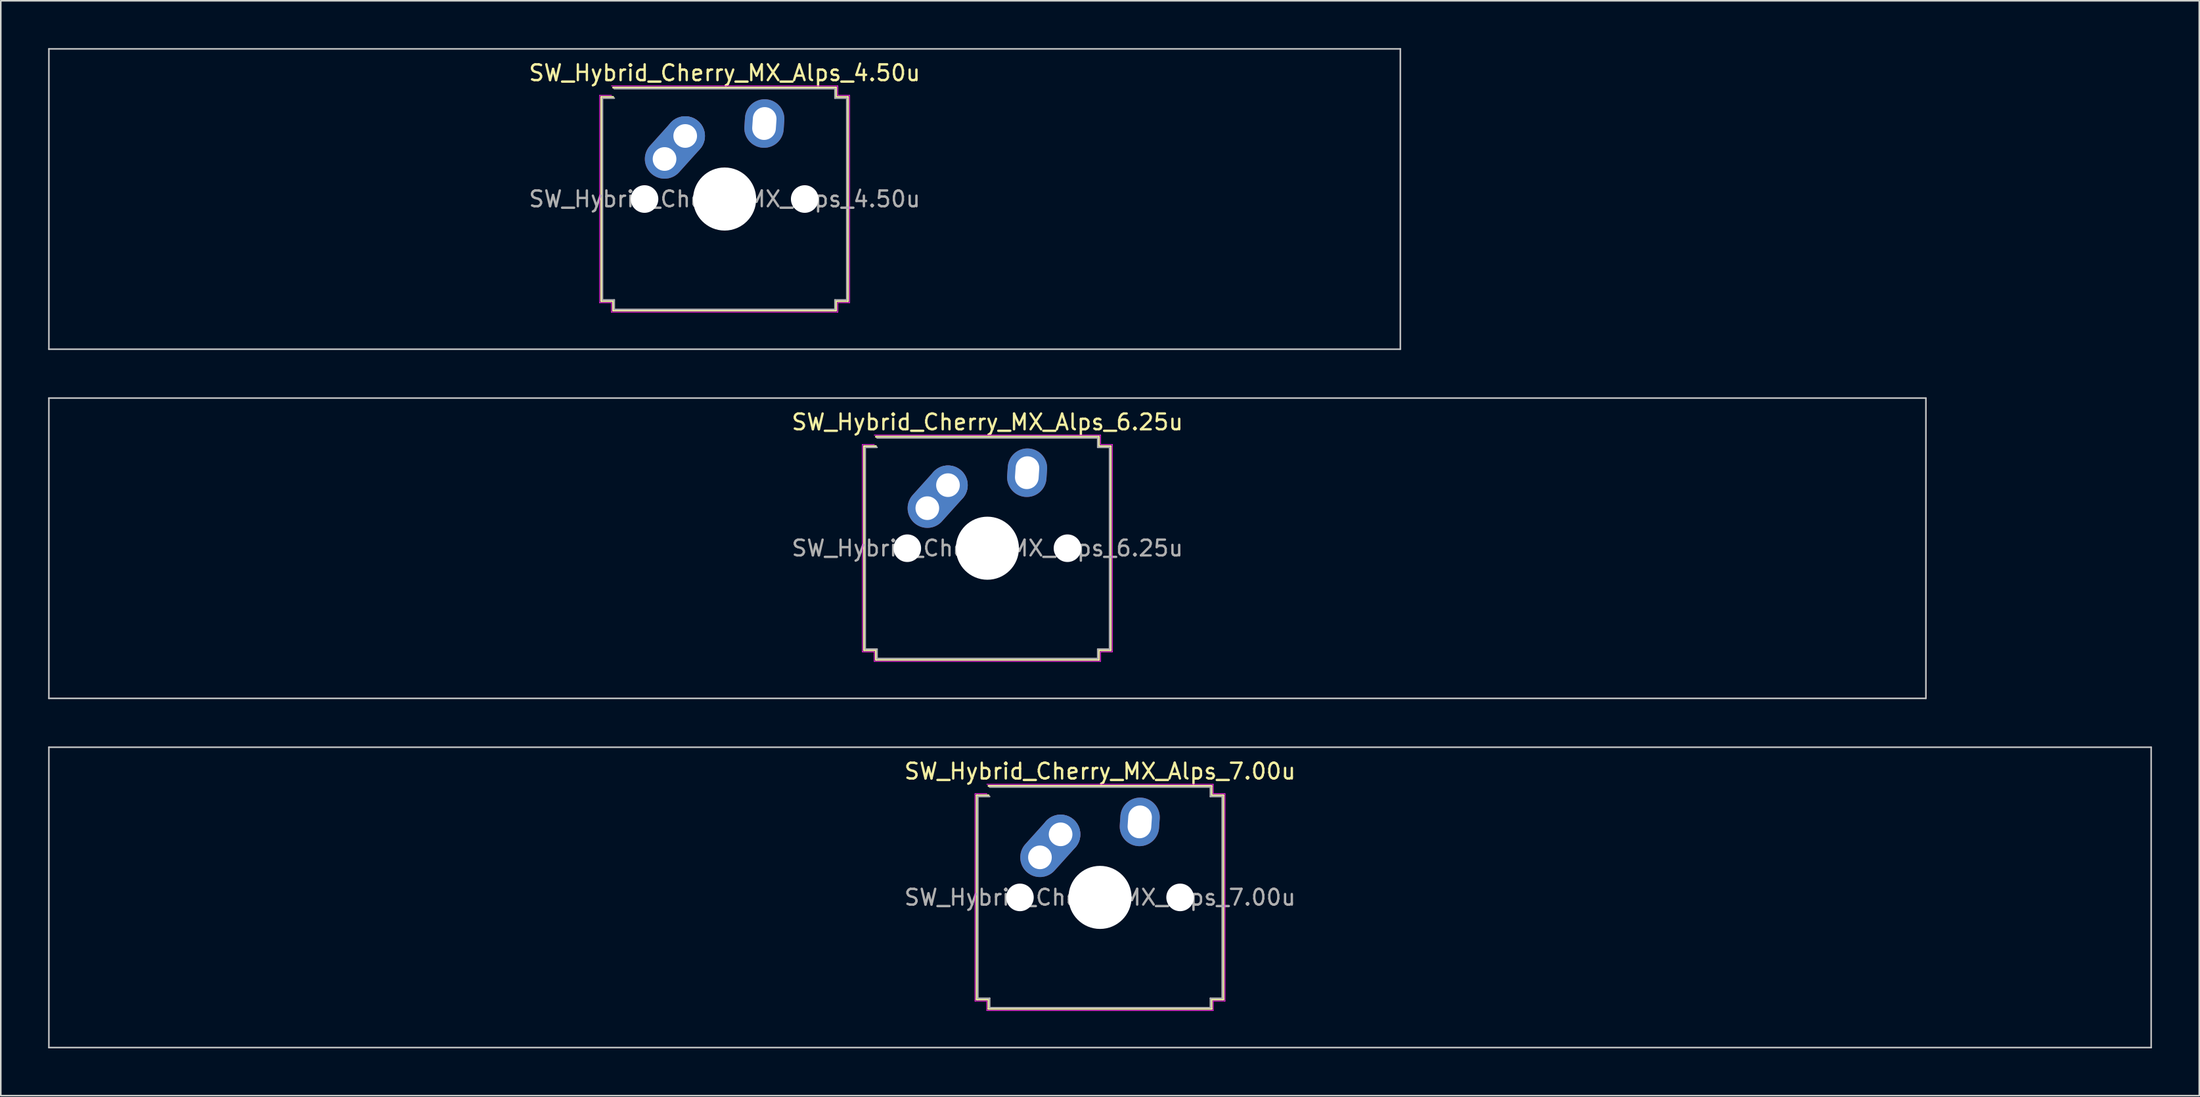
<source format=kicad_pcb>
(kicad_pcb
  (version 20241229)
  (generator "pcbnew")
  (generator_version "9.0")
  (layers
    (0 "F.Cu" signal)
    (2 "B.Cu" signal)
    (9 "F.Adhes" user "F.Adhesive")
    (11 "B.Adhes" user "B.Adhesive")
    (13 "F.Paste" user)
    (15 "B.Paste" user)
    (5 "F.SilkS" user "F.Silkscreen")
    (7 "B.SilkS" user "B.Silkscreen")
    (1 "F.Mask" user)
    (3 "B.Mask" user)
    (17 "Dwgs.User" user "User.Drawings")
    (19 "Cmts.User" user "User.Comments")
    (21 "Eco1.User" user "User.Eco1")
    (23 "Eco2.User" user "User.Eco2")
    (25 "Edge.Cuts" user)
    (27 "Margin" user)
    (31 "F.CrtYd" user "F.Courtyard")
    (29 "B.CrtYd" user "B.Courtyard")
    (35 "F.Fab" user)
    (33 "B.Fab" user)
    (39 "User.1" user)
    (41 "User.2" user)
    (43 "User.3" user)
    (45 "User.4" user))
  (footprint "SW_Hybrid_Cherry_MX_Alps_7.00u"
    (layer "F.Cu")
    (at 66.725 53.875)
    (property "Reference" "SW_Hybrid_Cherry_MX_Alps_7.00u" (at 0 -8 0) (layer "F.SilkS") (effects (font (size 1 1) (thickness 0.15))))
    (attr through_hole)
    (fp_line (start -7.821 -6.471) (end -7.071 -6.471) (stroke (width 0.12) (type solid)) (layer "F.SilkS"))
    (fp_line (start -7.821 6.471) (end -7.821 -6.471) (stroke (width 0.12) (type solid)) (layer "F.SilkS"))
    (fp_line (start -7.071 -7.071) (end 7.071 -7.071) (stroke (width 0.12) (type solid)) (layer "F.SilkS"))
    (fp_line (start -7.071 6.471) (end -7.821 6.471) (stroke (width 0.12) (type solid)) (layer "F.SilkS"))
    (fp_line (start -7.071 7.071) (end -7.071 6.471) (stroke (width 0.12) (type solid)) (layer "F.SilkS"))
    (fp_line (start 7.071 -7.071) (end 7.071 -6.471) (stroke (width 0.12) (type solid)) (layer "F.SilkS"))
    (fp_line (start 7.071 -6.471) (end 7.821 -6.471) (stroke (width 0.12) (type solid)) (layer "F.SilkS"))
    (fp_line (start 7.071 6.471) (end 7.071 7.071) (stroke (width 0.12) (type solid)) (layer "F.SilkS"))
    (fp_line (start 7.071 7.071) (end -7.071 7.071) (stroke (width 0.12) (type solid)) (layer "F.SilkS"))
    (fp_line (start 7.821 -6.471) (end 7.821 6.471) (stroke (width 0.12) (type solid)) (layer "F.SilkS"))
    (fp_line (start 7.821 6.471) (end 7.071 6.471) (stroke (width 0.12) (type solid)) (layer "F.SilkS"))
    (fp_line (start -66.675 -9.525) (end -66.675 9.525) (stroke (width 0.1) (type solid)) (layer "Dwgs.User"))
    (fp_line (start -66.675 9.525) (end 66.675 9.525) (stroke (width 0.1) (type solid)) (layer "Dwgs.User"))
    (fp_line (start 66.675 -9.525) (end -66.675 -9.525) (stroke (width 0.1) (type solid)) (layer "Dwgs.User"))
    (fp_line (start 66.675 9.525) (end 66.675 -9.525) (stroke (width 0.1) (type solid)) (layer "Dwgs.User"))
    (fp_line (start -7.927 -6.577) (end -7.177 -6.577) (stroke (width 0.05) (type solid)) (layer "F.CrtYd"))
    (fp_line (start -7.927 6.577) (end -7.927 -6.577) (stroke (width 0.05) (type solid)) (layer "F.CrtYd"))
    (fp_line (start -7.177 -7.177) (end 7.177 -7.177) (stroke (width 0.05) (type solid)) (layer "F.CrtYd"))
    (fp_line (start -7.177 6.577) (end -7.927 6.577) (stroke (width 0.05) (type solid)) (layer "F.CrtYd"))
    (fp_line (start -7.177 7.177) (end -7.177 6.577) (stroke (width 0.05) (type solid)) (layer "F.CrtYd"))
    (fp_line (start 7.177 -7.177) (end 7.177 -6.577) (stroke (width 0.05) (type solid)) (layer "F.CrtYd"))
    (fp_line (start 7.177 -6.577) (end 7.927 -6.577) (stroke (width 0.05) (type solid)) (layer "F.CrtYd"))
    (fp_line (start 7.177 6.577) (end 7.177 7.177) (stroke (width 0.05) (type solid)) (layer "F.CrtYd"))
    (fp_line (start 7.177 7.177) (end -7.177 7.177) (stroke (width 0.05) (type solid)) (layer "F.CrtYd"))
    (fp_line (start 7.927 -6.577) (end 7.927 6.577) (stroke (width 0.05) (type solid)) (layer "F.CrtYd"))
    (fp_line (start 7.927 6.577) (end 7.177 6.577) (stroke (width 0.05) (type solid)) (layer "F.CrtYd"))
    (fp_line (start -7.75 -6.4) (end -7 -6.4) (stroke (width 0.1) (type solid)) (layer "F.Fab"))
    (fp_line (start -7.75 6.4) (end -7.75 -6.4) (stroke (width 0.1) (type solid)) (layer "F.Fab"))
    (fp_line (start -7 -7) (end 7 -7) (stroke (width 0.1) (type solid)) (layer "F.Fab"))
    (fp_line (start -7 6.4) (end -7.75 6.4) (stroke (width 0.1) (type solid)) (layer "F.Fab"))
    (fp_line (start -7 7) (end -7 6.4) (stroke (width 0.1) (type solid)) (layer "F.Fab"))
    (fp_line (start 7 -7) (end 7 -6.4) (stroke (width 0.1) (type solid)) (layer "F.Fab"))
    (fp_line (start 7 -6.4) (end 7.75 -6.4) (stroke (width 0.1) (type solid)) (layer "F.Fab"))
    (fp_line (start 7 6.4) (end 7 7) (stroke (width 0.1) (type solid)) (layer "F.Fab"))
    (fp_line (start 7 7) (end -7 7) (stroke (width 0.1) (type solid)) (layer "F.Fab"))
    (fp_line (start 7.75 -6.4) (end 7.75 6.4) (stroke (width 0.1) (type solid)) (layer "F.Fab"))
    (fp_line (start 7.75 6.4) (end 7 6.4) (stroke (width 0.1) (type solid)) (layer "F.Fab"))
    (fp_text user "${REFERENCE}" (at 0 0 0) (layer "F.Fab") (effects (font (size 1 1) (thickness 0.15))))
    (pad "" np_thru_hole circle (at -5.08 0) (size 1.75 1.75) (drill 1.75) (layers "*.Cu" "*.Mask"))
    (pad "" smd circle (at -3.81 -2.54 48) (size 1.55 1.55) (layers "F.Mask"))
    (pad "" smd circle (at -2.5 -4) (size 1.55 1.55) (layers "F.Mask"))
    (pad "" np_thru_hole circle (at 0 0) (size 4 4) (drill 4) (layers "*.Cu" "*.Mask"))
    (pad "" smd oval (at 2.52 -4.79 86) (size 2.131 1.55) (layers "F.Mask"))
    (pad "" np_thru_hole circle (at 5.08 0) (size 1.75 1.75) (drill 1.75) (layers "*.Cu" "*.Mask"))
    (pad "1" thru_hole oval (at -3.81 -2.54 48) (size 4.462 2.5) (drill 1.5 (offset 0.981 0)) (layers "*.Cu" "B.Mask"))
    (pad "1" thru_hole circle (at -2.5 -4) (size 2.5 2.5) (drill 1.5) (layers "*.Cu" "B.Mask"))
    (pad "2" thru_hole oval (at 2.52 -4.79 86) (size 3.081 2.5) (drill oval 2.081 1.5) (layers "*.Cu" "B.Mask")))
  (footprint "SW_Hybrid_Cherry_MX_Alps_6.25u"
    (layer "F.Cu")
    (at 59.581 31.725)
    (property "Reference" "SW_Hybrid_Cherry_MX_Alps_6.25u" (at 0 -8 0) (layer "F.SilkS") (effects (font (size 1 1) (thickness 0.15))))
    (attr through_hole)
    (fp_line (start -7.821 -6.471) (end -7.071 -6.471) (stroke (width 0.12) (type solid)) (layer "F.SilkS"))
    (fp_line (start -7.821 6.471) (end -7.821 -6.471) (stroke (width 0.12) (type solid)) (layer "F.SilkS"))
    (fp_line (start -7.071 -7.071) (end 7.071 -7.071) (stroke (width 0.12) (type solid)) (layer "F.SilkS"))
    (fp_line (start -7.071 6.471) (end -7.821 6.471) (stroke (width 0.12) (type solid)) (layer "F.SilkS"))
    (fp_line (start -7.071 7.071) (end -7.071 6.471) (stroke (width 0.12) (type solid)) (layer "F.SilkS"))
    (fp_line (start 7.071 -7.071) (end 7.071 -6.471) (stroke (width 0.12) (type solid)) (layer "F.SilkS"))
    (fp_line (start 7.071 -6.471) (end 7.821 -6.471) (stroke (width 0.12) (type solid)) (layer "F.SilkS"))
    (fp_line (start 7.071 6.471) (end 7.071 7.071) (stroke (width 0.12) (type solid)) (layer "F.SilkS"))
    (fp_line (start 7.071 7.071) (end -7.071 7.071) (stroke (width 0.12) (type solid)) (layer "F.SilkS"))
    (fp_line (start 7.821 -6.471) (end 7.821 6.471) (stroke (width 0.12) (type solid)) (layer "F.SilkS"))
    (fp_line (start 7.821 6.471) (end 7.071 6.471) (stroke (width 0.12) (type solid)) (layer "F.SilkS"))
    (fp_line (start -59.531 -9.525) (end -59.531 9.525) (stroke (width 0.1) (type solid)) (layer "Dwgs.User"))
    (fp_line (start -59.531 9.525) (end 59.531 9.525) (stroke (width 0.1) (type solid)) (layer "Dwgs.User"))
    (fp_line (start 59.531 -9.525) (end -59.531 -9.525) (stroke (width 0.1) (type solid)) (layer "Dwgs.User"))
    (fp_line (start 59.531 9.525) (end 59.531 -9.525) (stroke (width 0.1) (type solid)) (layer "Dwgs.User"))
    (fp_line (start -7.927 -6.577) (end -7.177 -6.577) (stroke (width 0.05) (type solid)) (layer "F.CrtYd"))
    (fp_line (start -7.927 6.577) (end -7.927 -6.577) (stroke (width 0.05) (type solid)) (layer "F.CrtYd"))
    (fp_line (start -7.177 -7.177) (end 7.177 -7.177) (stroke (width 0.05) (type solid)) (layer "F.CrtYd"))
    (fp_line (start -7.177 6.577) (end -7.927 6.577) (stroke (width 0.05) (type solid)) (layer "F.CrtYd"))
    (fp_line (start -7.177 7.177) (end -7.177 6.577) (stroke (width 0.05) (type solid)) (layer "F.CrtYd"))
    (fp_line (start 7.177 -7.177) (end 7.177 -6.577) (stroke (width 0.05) (type solid)) (layer "F.CrtYd"))
    (fp_line (start 7.177 -6.577) (end 7.927 -6.577) (stroke (width 0.05) (type solid)) (layer "F.CrtYd"))
    (fp_line (start 7.177 6.577) (end 7.177 7.177) (stroke (width 0.05) (type solid)) (layer "F.CrtYd"))
    (fp_line (start 7.177 7.177) (end -7.177 7.177) (stroke (width 0.05) (type solid)) (layer "F.CrtYd"))
    (fp_line (start 7.927 -6.577) (end 7.927 6.577) (stroke (width 0.05) (type solid)) (layer "F.CrtYd"))
    (fp_line (start 7.927 6.577) (end 7.177 6.577) (stroke (width 0.05) (type solid)) (layer "F.CrtYd"))
    (fp_line (start -7.75 -6.4) (end -7 -6.4) (stroke (width 0.1) (type solid)) (layer "F.Fab"))
    (fp_line (start -7.75 6.4) (end -7.75 -6.4) (stroke (width 0.1) (type solid)) (layer "F.Fab"))
    (fp_line (start -7 -7) (end 7 -7) (stroke (width 0.1) (type solid)) (layer "F.Fab"))
    (fp_line (start -7 6.4) (end -7.75 6.4) (stroke (width 0.1) (type solid)) (layer "F.Fab"))
    (fp_line (start -7 7) (end -7 6.4) (stroke (width 0.1) (type solid)) (layer "F.Fab"))
    (fp_line (start 7 -7) (end 7 -6.4) (stroke (width 0.1) (type solid)) (layer "F.Fab"))
    (fp_line (start 7 -6.4) (end 7.75 -6.4) (stroke (width 0.1) (type solid)) (layer "F.Fab"))
    (fp_line (start 7 6.4) (end 7 7) (stroke (width 0.1) (type solid)) (layer "F.Fab"))
    (fp_line (start 7 7) (end -7 7) (stroke (width 0.1) (type solid)) (layer "F.Fab"))
    (fp_line (start 7.75 -6.4) (end 7.75 6.4) (stroke (width 0.1) (type solid)) (layer "F.Fab"))
    (fp_line (start 7.75 6.4) (end 7 6.4) (stroke (width 0.1) (type solid)) (layer "F.Fab"))
    (fp_text user "${REFERENCE}" (at 0 0 0) (layer "F.Fab") (effects (font (size 1 1) (thickness 0.15))))
    (pad "" np_thru_hole circle (at -5.08 0) (size 1.75 1.75) (drill 1.75) (layers "*.Cu" "*.Mask"))
    (pad "" smd circle (at -3.81 -2.54 48) (size 1.55 1.55) (layers "F.Mask"))
    (pad "" smd circle (at -2.5 -4) (size 1.55 1.55) (layers "F.Mask"))
    (pad "" np_thru_hole circle (at 0 0) (size 4 4) (drill 4) (layers "*.Cu" "*.Mask"))
    (pad "" smd oval (at 2.52 -4.79 86) (size 2.131 1.55) (layers "F.Mask"))
    (pad "" np_thru_hole circle (at 5.08 0) (size 1.75 1.75) (drill 1.75) (layers "*.Cu" "*.Mask"))
    (pad "1" thru_hole oval (at -3.81 -2.54 48) (size 4.462 2.5) (drill 1.5 (offset 0.981 0)) (layers "*.Cu" "B.Mask"))
    (pad "1" thru_hole circle (at -2.5 -4) (size 2.5 2.5) (drill 1.5) (layers "*.Cu" "B.Mask"))
    (pad "2" thru_hole oval (at 2.52 -4.79 86) (size 3.081 2.5) (drill oval 2.081 1.5) (layers "*.Cu" "B.Mask")))
  (footprint "SW_Hybrid_Cherry_MX_Alps_4.50u"
    (layer "F.Cu")
    (at 42.913 9.575)
    (property "Reference" "SW_Hybrid_Cherry_MX_Alps_4.50u" (at 0 -8 0) (layer "F.SilkS") (effects (font (size 1 1) (thickness 0.15))))
    (attr through_hole)
    (fp_line (start -7.821 -6.471) (end -7.071 -6.471) (stroke (width 0.12) (type solid)) (layer "F.SilkS"))
    (fp_line (start -7.821 6.471) (end -7.821 -6.471) (stroke (width 0.12) (type solid)) (layer "F.SilkS"))
    (fp_line (start -7.071 -7.071) (end 7.071 -7.071) (stroke (width 0.12) (type solid)) (layer "F.SilkS"))
    (fp_line (start -7.071 6.471) (end -7.821 6.471) (stroke (width 0.12) (type solid)) (layer "F.SilkS"))
    (fp_line (start -7.071 7.071) (end -7.071 6.471) (stroke (width 0.12) (type solid)) (layer "F.SilkS"))
    (fp_line (start 7.071 -7.071) (end 7.071 -6.471) (stroke (width 0.12) (type solid)) (layer "F.SilkS"))
    (fp_line (start 7.071 -6.471) (end 7.821 -6.471) (stroke (width 0.12) (type solid)) (layer "F.SilkS"))
    (fp_line (start 7.071 6.471) (end 7.071 7.071) (stroke (width 0.12) (type solid)) (layer "F.SilkS"))
    (fp_line (start 7.071 7.071) (end -7.071 7.071) (stroke (width 0.12) (type solid)) (layer "F.SilkS"))
    (fp_line (start 7.821 -6.471) (end 7.821 6.471) (stroke (width 0.12) (type solid)) (layer "F.SilkS"))
    (fp_line (start 7.821 6.471) (end 7.071 6.471) (stroke (width 0.12) (type solid)) (layer "F.SilkS"))
    (fp_line (start -42.862 -9.525) (end -42.862 9.525) (stroke (width 0.1) (type solid)) (layer "Dwgs.User"))
    (fp_line (start -42.862 9.525) (end 42.862 9.525) (stroke (width 0.1) (type solid)) (layer "Dwgs.User"))
    (fp_line (start 42.862 -9.525) (end -42.862 -9.525) (stroke (width 0.1) (type solid)) (layer "Dwgs.User"))
    (fp_line (start 42.862 9.525) (end 42.862 -9.525) (stroke (width 0.1) (type solid)) (layer "Dwgs.User"))
    (fp_line (start -7.927 -6.577) (end -7.177 -6.577) (stroke (width 0.05) (type solid)) (layer "F.CrtYd"))
    (fp_line (start -7.927 6.577) (end -7.927 -6.577) (stroke (width 0.05) (type solid)) (layer "F.CrtYd"))
    (fp_line (start -7.177 -7.177) (end 7.177 -7.177) (stroke (width 0.05) (type solid)) (layer "F.CrtYd"))
    (fp_line (start -7.177 6.577) (end -7.927 6.577) (stroke (width 0.05) (type solid)) (layer "F.CrtYd"))
    (fp_line (start -7.177 7.177) (end -7.177 6.577) (stroke (width 0.05) (type solid)) (layer "F.CrtYd"))
    (fp_line (start 7.177 -7.177) (end 7.177 -6.577) (stroke (width 0.05) (type solid)) (layer "F.CrtYd"))
    (fp_line (start 7.177 -6.577) (end 7.927 -6.577) (stroke (width 0.05) (type solid)) (layer "F.CrtYd"))
    (fp_line (start 7.177 6.577) (end 7.177 7.177) (stroke (width 0.05) (type solid)) (layer "F.CrtYd"))
    (fp_line (start 7.177 7.177) (end -7.177 7.177) (stroke (width 0.05) (type solid)) (layer "F.CrtYd"))
    (fp_line (start 7.927 -6.577) (end 7.927 6.577) (stroke (width 0.05) (type solid)) (layer "F.CrtYd"))
    (fp_line (start 7.927 6.577) (end 7.177 6.577) (stroke (width 0.05) (type solid)) (layer "F.CrtYd"))
    (fp_line (start -7.75 -6.4) (end -7 -6.4) (stroke (width 0.1) (type solid)) (layer "F.Fab"))
    (fp_line (start -7.75 6.4) (end -7.75 -6.4) (stroke (width 0.1) (type solid)) (layer "F.Fab"))
    (fp_line (start -7 -7) (end 7 -7) (stroke (width 0.1) (type solid)) (layer "F.Fab"))
    (fp_line (start -7 6.4) (end -7.75 6.4) (stroke (width 0.1) (type solid)) (layer "F.Fab"))
    (fp_line (start -7 7) (end -7 6.4) (stroke (width 0.1) (type solid)) (layer "F.Fab"))
    (fp_line (start 7 -7) (end 7 -6.4) (stroke (width 0.1) (type solid)) (layer "F.Fab"))
    (fp_line (start 7 -6.4) (end 7.75 -6.4) (stroke (width 0.1) (type solid)) (layer "F.Fab"))
    (fp_line (start 7 6.4) (end 7 7) (stroke (width 0.1) (type solid)) (layer "F.Fab"))
    (fp_line (start 7 7) (end -7 7) (stroke (width 0.1) (type solid)) (layer "F.Fab"))
    (fp_line (start 7.75 -6.4) (end 7.75 6.4) (stroke (width 0.1) (type solid)) (layer "F.Fab"))
    (fp_line (start 7.75 6.4) (end 7 6.4) (stroke (width 0.1) (type solid)) (layer "F.Fab"))
    (fp_text user "${REFERENCE}" (at 0 0 0) (layer "F.Fab") (effects (font (size 1 1) (thickness 0.15))))
    (pad "" np_thru_hole circle (at -5.08 0) (size 1.75 1.75) (drill 1.75) (layers "*.Cu" "*.Mask"))
    (pad "" smd circle (at -3.81 -2.54 48) (size 1.55 1.55) (layers "F.Mask"))
    (pad "" smd circle (at -2.5 -4) (size 1.55 1.55) (layers "F.Mask"))
    (pad "" np_thru_hole circle (at 0 0) (size 4 4) (drill 4) (layers "*.Cu" "*.Mask"))
    (pad "" smd oval (at 2.52 -4.79 86) (size 2.131 1.55) (layers "F.Mask"))
    (pad "" np_thru_hole circle (at 5.08 0) (size 1.75 1.75) (drill 1.75) (layers "*.Cu" "*.Mask"))
    (pad "1" thru_hole oval (at -3.81 -2.54 48) (size 4.462 2.5) (drill 1.5 (offset 0.981 0)) (layers "*.Cu" "B.Mask"))
    (pad "1" thru_hole circle (at -2.5 -4) (size 2.5 2.5) (drill 1.5) (layers "*.Cu" "B.Mask"))
    (pad "2" thru_hole oval (at 2.52 -4.79 86) (size 3.081 2.5) (drill oval 2.081 1.5) (layers "*.Cu" "B.Mask")))
  (gr_rect
    (start -3 -3)
    (end 136.45 66.45)
    (stroke (width 0.1) (type default))
    (fill no)
    (layer "Edge.Cuts")))
</source>
